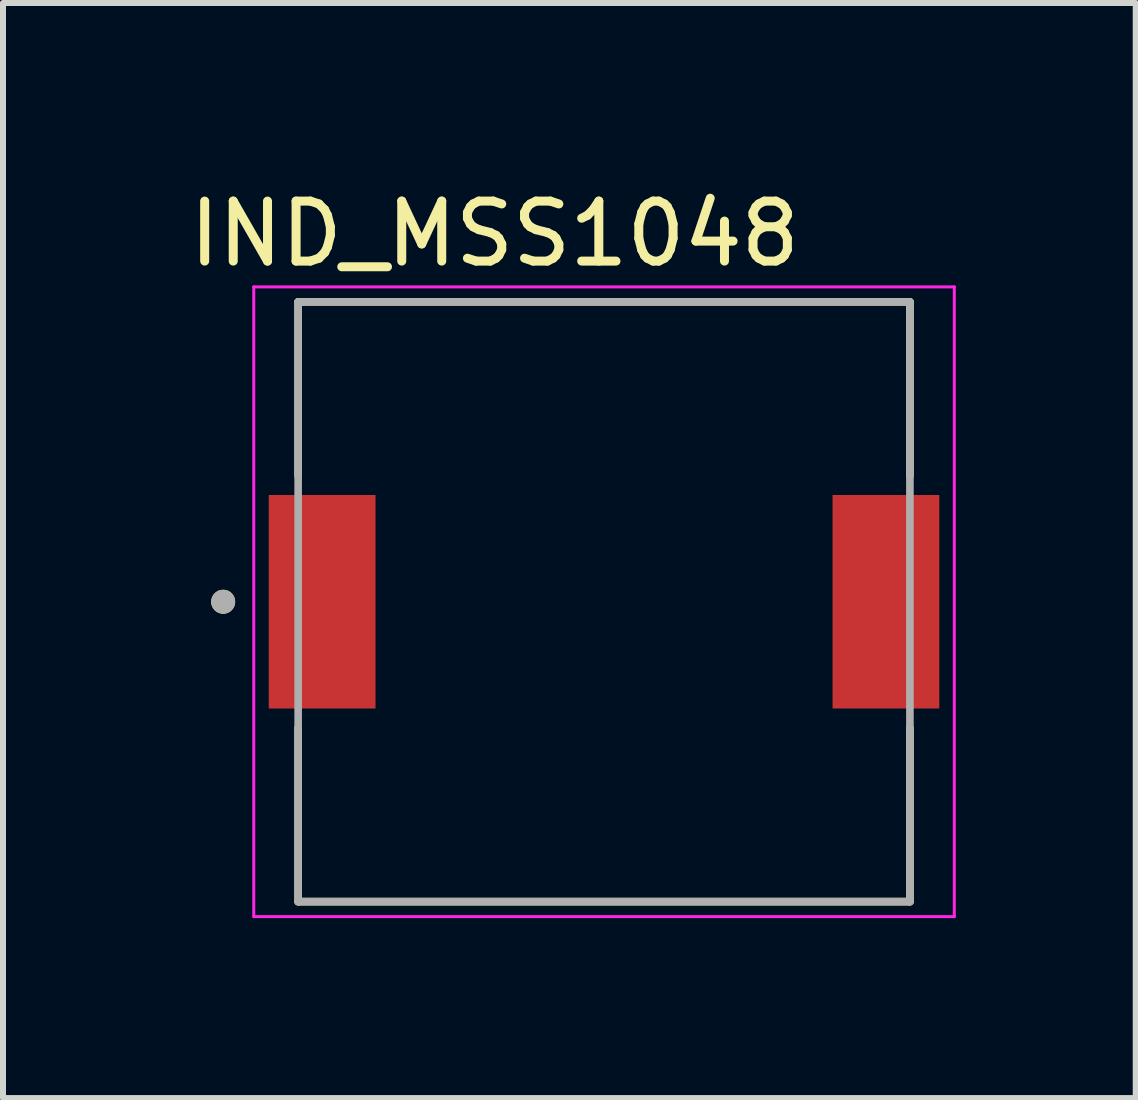
<source format=kicad_pcb>
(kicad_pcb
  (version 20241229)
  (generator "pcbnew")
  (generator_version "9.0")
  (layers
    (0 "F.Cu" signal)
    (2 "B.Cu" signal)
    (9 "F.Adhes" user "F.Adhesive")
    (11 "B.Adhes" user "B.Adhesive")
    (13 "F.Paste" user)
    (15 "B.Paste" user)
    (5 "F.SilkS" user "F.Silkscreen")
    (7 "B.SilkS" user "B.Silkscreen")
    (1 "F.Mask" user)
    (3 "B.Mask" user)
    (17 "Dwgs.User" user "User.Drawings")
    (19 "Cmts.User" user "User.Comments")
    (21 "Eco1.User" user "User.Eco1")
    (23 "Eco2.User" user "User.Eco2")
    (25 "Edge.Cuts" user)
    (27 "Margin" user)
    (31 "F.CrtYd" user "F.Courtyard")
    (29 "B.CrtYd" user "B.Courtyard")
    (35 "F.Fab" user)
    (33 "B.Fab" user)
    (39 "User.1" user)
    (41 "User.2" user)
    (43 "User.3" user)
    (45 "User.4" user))
  (footprint "IND_MSS1048"
    (layer "F.Cu")
    (at 7.021 6.983)
    (property "Reference" "IND_MSS1048" (at -1.825 -6.135 0) (layer "F.SilkS") (effects (font (size 1 1) (thickness 0.15))))
    (attr smd)
    (fp_line (start -5.1 -5) (end 5.1 -5) (stroke (width 0.127) (type solid)) (layer "F.SilkS"))
    (fp_line (start -5.1 -2.1) (end -5.1 -5) (stroke (width 0.127) (type solid)) (layer "F.SilkS"))
    (fp_line (start -5.1 5) (end -5.1 2.1) (stroke (width 0.127) (type solid)) (layer "F.SilkS"))
    (fp_line (start 5.1 -5) (end 5.1 -2.1) (stroke (width 0.127) (type solid)) (layer "F.SilkS"))
    (fp_line (start 5.1 2.1) (end 5.1 5) (stroke (width 0.127) (type solid)) (layer "F.SilkS"))
    (fp_line (start 5.1 5) (end -5.1 5) (stroke (width 0.127) (type solid)) (layer "F.SilkS"))
    (fp_circle (center -6.35 0) (end -6.25 0) (stroke (width 0.2) (type solid)) (fill no) (layer "F.SilkS"))
    (fp_line (start -5.84 -5.25) (end 5.84 -5.25) (stroke (width 0.05) (type solid)) (layer "F.CrtYd"))
    (fp_line (start -5.84 5.25) (end -5.84 -5.25) (stroke (width 0.05) (type solid)) (layer "F.CrtYd"))
    (fp_line (start 5.84 -5.25) (end 5.84 5.25) (stroke (width 0.05) (type solid)) (layer "F.CrtYd"))
    (fp_line (start 5.84 5.25) (end -5.84 5.25) (stroke (width 0.05) (type solid)) (layer "F.CrtYd"))
    (fp_line (start -5.1 -5) (end 5.1 -5) (stroke (width 0.127) (type solid)) (layer "F.Fab"))
    (fp_line (start -5.1 5) (end -5.1 -5) (stroke (width 0.127) (type solid)) (layer "F.Fab"))
    (fp_line (start 5.1 -5) (end 5.1 5) (stroke (width 0.127) (type solid)) (layer "F.Fab"))
    (fp_line (start 5.1 5) (end -5.1 5) (stroke (width 0.127) (type solid)) (layer "F.Fab"))
    (fp_circle (center -6.35 0) (end -6.25 0) (stroke (width 0.2) (type solid)) (fill no) (layer "F.Fab"))
    (pad "1" smd rect (at -4.7 0) (size 1.78 3.56) (layers "F.Cu" "F.Mask" "F.Paste"))
    (pad "2" smd rect (at 4.7 0) (size 1.78 3.56) (layers "F.Cu" "F.Mask" "F.Paste")))
  (gr_rect
    (start -3 -3)
    (end 15.886 15.258)
    (stroke (width 0.1) (type default))
    (fill no)
    (layer "Edge.Cuts")))
</source>
